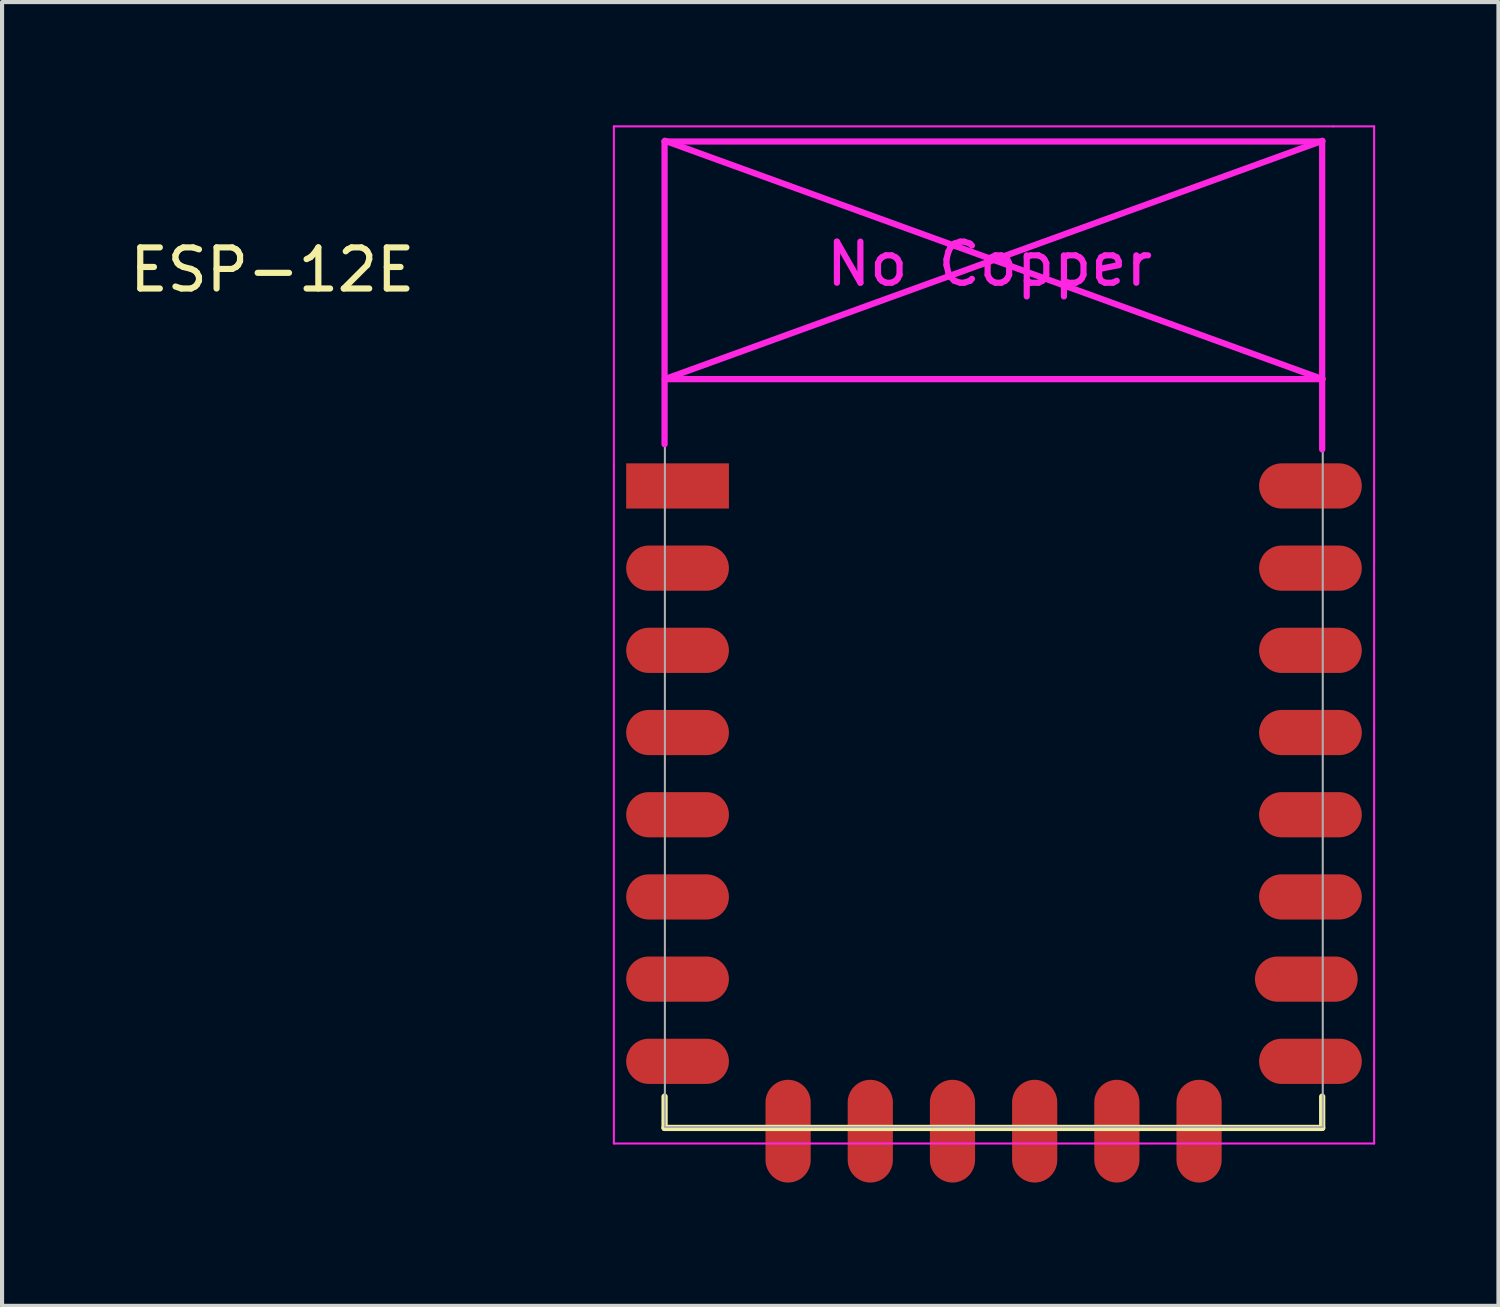
<source format=kicad_pcb>
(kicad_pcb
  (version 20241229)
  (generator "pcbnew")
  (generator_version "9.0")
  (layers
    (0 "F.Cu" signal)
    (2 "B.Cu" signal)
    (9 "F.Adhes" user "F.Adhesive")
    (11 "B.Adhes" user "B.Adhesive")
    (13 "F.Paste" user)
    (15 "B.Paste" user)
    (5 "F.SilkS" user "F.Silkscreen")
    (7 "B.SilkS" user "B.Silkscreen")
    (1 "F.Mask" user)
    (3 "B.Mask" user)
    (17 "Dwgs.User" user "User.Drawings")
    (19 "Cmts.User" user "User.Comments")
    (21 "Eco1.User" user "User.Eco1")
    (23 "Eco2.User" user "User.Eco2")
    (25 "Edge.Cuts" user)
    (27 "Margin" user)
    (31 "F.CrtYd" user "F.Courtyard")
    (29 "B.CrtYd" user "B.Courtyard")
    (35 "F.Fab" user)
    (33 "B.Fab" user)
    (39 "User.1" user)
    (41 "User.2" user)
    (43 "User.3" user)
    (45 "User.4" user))
  (footprint "ESP-12E"
    (layer "F.Cu")
    (at 14.137 8.775)
    (property "Reference" "ESP-12E" (at -10.56 -5.26 0) (layer "F.SilkS") (effects (font (size 1 1) (thickness 0.15))))
    (attr through_hole)
    (fp_line (start -1.016 14.859) (end -1.016 15.621) (stroke (width 0.152) (type solid)) (layer "F.SilkS"))
    (fp_line (start -1.016 15.621) (end 14.986 15.621) (stroke (width 0.152) (type solid)) (layer "F.SilkS"))
    (fp_line (start 14.986 15.621) (end 14.986 14.859) (stroke (width 0.152) (type solid)) (layer "F.SilkS"))
    (fp_line (start -2.25 -8.75) (end 15.25 -8.75) (stroke (width 0.05) (type solid)) (layer "F.CrtYd"))
    (fp_line (start -2.25 -0.5) (end -2.25 -8.75) (stroke (width 0.05) (type solid)) (layer "F.CrtYd"))
    (fp_line (start -2.25 16) (end -2.25 -0.5) (stroke (width 0.05) (type solid)) (layer "F.CrtYd"))
    (fp_line (start -1.016 -8.382) (end -1.016 -1.016) (stroke (width 0.152) (type solid)) (layer "F.CrtYd"))
    (fp_line (start -1.016 -8.382) (end 14.986 -8.382) (stroke (width 0.152) (type solid)) (layer "F.CrtYd"))
    (fp_line (start -1.008 -8.4) (end 14.992 -2.6) (stroke (width 0.152) (type solid)) (layer "F.CrtYd"))
    (fp_line (start -1.008 -2.6) (end 14.992 -2.6) (stroke (width 0.152) (type solid)) (layer "F.CrtYd"))
    (fp_line (start 14.986 -8.382) (end 14.986 -0.889) (stroke (width 0.152) (type solid)) (layer "F.CrtYd"))
    (fp_line (start 14.992 -8.4) (end -1.008 -2.6) (stroke (width 0.152) (type solid)) (layer "F.CrtYd"))
    (fp_line (start 15.25 -8.75) (end 16.25 -8.75) (stroke (width 0.05) (type solid)) (layer "F.CrtYd"))
    (fp_line (start 16.25 -8.75) (end 16.25 16) (stroke (width 0.05) (type solid)) (layer "F.CrtYd"))
    (fp_line (start 16.25 16) (end -2.25 16) (stroke (width 0.05) (type solid)) (layer "F.CrtYd"))
    (fp_line (start -1.008 -8.4) (end 14.992 -8.4) (stroke (width 0.05) (type solid)) (layer "F.Fab"))
    (fp_line (start -1.008 15.6) (end -1.008 -8.4) (stroke (width 0.05) (type solid)) (layer "F.Fab"))
    (fp_line (start 14.992 15.6) (end -1.008 15.6) (stroke (width 0.05) (type solid)) (layer "F.Fab"))
    (fp_line (start 15 -8.4) (end 15 15.6) (stroke (width 0.05) (type solid)) (layer "F.Fab"))
    (fp_text user "No Copper" (at 6.892 -5.4 0) (layer "F.CrtYd") (effects (font (size 1 1) (thickness 0.15))))
    (pad "1" smd rect (at 0 0) (size 2.5 1.1) (drill (offset -0.7 0)) (layers "F.Cu" "F.Mask" "F.Paste"))
    (pad "2" smd oval (at 0 2) (size 2.5 1.1) (drill (offset -0.7 0)) (layers "F.Cu" "F.Mask" "F.Paste"))
    (pad "3" smd oval (at 0 4) (size 2.5 1.1) (drill (offset -0.7 0)) (layers "F.Cu" "F.Mask" "F.Paste"))
    (pad "4" smd oval (at 0 6) (size 2.5 1.1) (drill (offset -0.7 0)) (layers "F.Cu" "F.Mask" "F.Paste"))
    (pad "5" smd oval (at 0 8) (size 2.5 1.1) (drill (offset -0.7 0)) (layers "F.Cu" "F.Mask" "F.Paste"))
    (pad "6" smd oval (at 0 10) (size 2.5 1.1) (drill (offset -0.7 0)) (layers "F.Cu" "F.Mask" "F.Paste"))
    (pad "7" smd oval (at 0 12) (size 2.5 1.1) (drill (offset -0.7 0)) (layers "F.Cu" "F.Mask" "F.Paste"))
    (pad "8" smd oval (at 0 14) (size 2.5 1.1) (drill (offset -0.7 0)) (layers "F.Cu" "F.Mask" "F.Paste"))
    (pad "9" smd oval (at 14 14) (size 2.5 1.1) (drill (offset 0.7 0)) (layers "F.Cu" "F.Mask" "F.Paste"))
    (pad "10" smd oval (at 14 12) (size 2.5 1.1) (drill (offset 0.6 0)) (layers "F.Cu" "F.Mask" "F.Paste"))
    (pad "11" smd oval (at 14 10) (size 2.5 1.1) (drill (offset 0.7 0)) (layers "F.Cu" "F.Mask" "F.Paste"))
    (pad "12" smd oval (at 14 8) (size 2.5 1.1) (drill (offset 0.7 0)) (layers "F.Cu" "F.Mask" "F.Paste"))
    (pad "13" smd oval (at 14 6) (size 2.5 1.1) (drill (offset 0.7 0)) (layers "F.Cu" "F.Mask" "F.Paste"))
    (pad "14" smd oval (at 14 4) (size 2.5 1.1) (drill (offset 0.7 0)) (layers "F.Cu" "F.Mask" "F.Paste"))
    (pad "15" smd oval (at 14 2) (size 2.5 1.1) (drill (offset 0.7 0)) (layers "F.Cu" "F.Mask" "F.Paste"))
    (pad "16" smd oval (at 14 0) (size 2.5 1.1) (drill (offset 0.7 0)) (layers "F.Cu" "F.Mask" "F.Paste"))
    (pad "17" smd oval (at 1.99 15 90) (size 2.5 1.1) (drill (offset -0.7 0)) (layers "F.Cu" "F.Mask" "F.Paste"))
    (pad "18" smd oval (at 3.99 15 90) (size 2.5 1.1) (drill (offset -0.7 0)) (layers "F.Cu" "F.Mask" "F.Paste"))
    (pad "19" smd oval (at 5.99 15 90) (size 2.5 1.1) (drill (offset -0.7 0)) (layers "F.Cu" "F.Mask" "F.Paste"))
    (pad "20" smd oval (at 7.99 15 90) (size 2.5 1.1) (drill (offset -0.7 0)) (layers "F.Cu" "F.Mask" "F.Paste"))
    (pad "21" smd oval (at 9.99 15 90) (size 2.5 1.1) (drill (offset -0.7 0)) (layers "F.Cu" "F.Mask" "F.Paste"))
    (pad "22" smd oval (at 11.99 15 90) (size 2.5 1.1) (drill (offset -0.7 0)) (layers "F.Cu" "F.Mask" "F.Paste")))
  (gr_rect
    (start -3 -3)
    (end 33.412 28.725)
    (stroke (width 0.1) (type default))
    (fill no)
    (layer "Edge.Cuts")))
</source>
